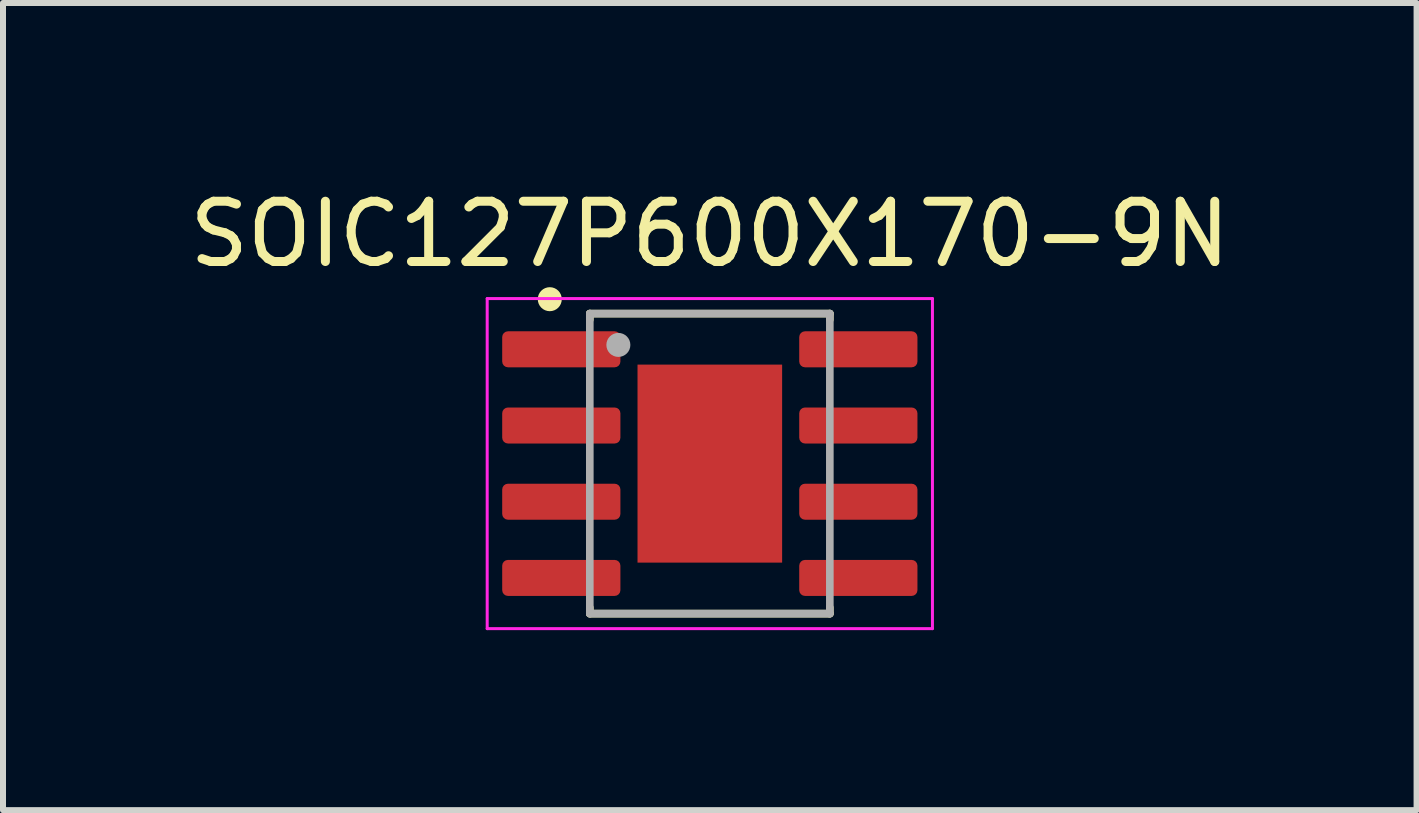
<source format=kicad_pcb>
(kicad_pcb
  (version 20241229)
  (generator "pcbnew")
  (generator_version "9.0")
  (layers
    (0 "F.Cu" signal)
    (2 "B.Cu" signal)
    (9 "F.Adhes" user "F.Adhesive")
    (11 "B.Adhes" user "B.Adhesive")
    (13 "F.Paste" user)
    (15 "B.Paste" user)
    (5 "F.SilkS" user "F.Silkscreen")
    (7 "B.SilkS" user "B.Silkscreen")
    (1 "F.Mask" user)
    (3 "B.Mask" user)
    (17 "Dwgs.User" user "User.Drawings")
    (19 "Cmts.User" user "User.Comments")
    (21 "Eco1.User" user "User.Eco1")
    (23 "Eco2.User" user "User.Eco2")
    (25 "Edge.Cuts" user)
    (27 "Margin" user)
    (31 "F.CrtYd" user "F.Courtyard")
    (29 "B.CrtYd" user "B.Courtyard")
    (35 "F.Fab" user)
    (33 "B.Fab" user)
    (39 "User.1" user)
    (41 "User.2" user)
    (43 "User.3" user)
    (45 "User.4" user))
  (footprint "SOIC127P600X170-9N"
    (layer "F.Cu")
    (at 8.779 4.676)
    (property "Reference" "SOIC127P600X170-9N" (at 0.00002 -3.825 0) (layer "F.SilkS") (effects (font (size 1.004 1.004) (thickness 0.15))))
    (attr smd)
    (fp_line (start -2 -2.5) (end -2 -2.4) (stroke (width 0.127) (type solid)) (layer "F.SilkS"))
    (fp_line (start -2 -2.5) (end 2 -2.5) (stroke (width 0.127) (type solid)) (layer "F.SilkS"))
    (fp_line (start -2 2.4) (end -2 2.5) (stroke (width 0.127) (type solid)) (layer "F.SilkS"))
    (fp_line (start -2 2.5) (end 2 2.5) (stroke (width 0.127) (type solid)) (layer "F.SilkS"))
    (fp_line (start 2 -2.5) (end 2 -2.4) (stroke (width 0.127) (type solid)) (layer "F.SilkS"))
    (fp_line (start 2 2.4) (end 2 2.5) (stroke (width 0.127) (type solid)) (layer "F.SilkS"))
    (fp_circle (center -2.667 -2.74) (end -2.567 -2.74) (stroke (width 0.2) (type solid)) (fill no) (layer "F.SilkS"))
    (fp_poly (pts (xy -0.937 0.135) (xy -0.135 0.135) (xy -0.135 1.378) (xy -0.937 1.378)) (stroke (width 0.01) (type solid)) (fill yes) (layer "F.Paste"))
    (fp_poly (pts (xy -0.937 -1.375) (xy -0.135 -1.375) (xy -0.135 -0.135) (xy -0.937 -0.135)) (stroke (width 0.01) (type solid)) (fill yes) (layer "F.Paste"))
    (fp_poly (pts (xy 0.135 0.135) (xy 0.935 0.135) (xy 0.935 1.377) (xy 0.135 1.377)) (stroke (width 0.01) (type solid)) (fill yes) (layer "F.Paste"))
    (fp_poly (pts (xy 0.135 -1.375) (xy 0.935 -1.375) (xy 0.935 -0.135) (xy 0.135 -0.135)) (stroke (width 0.01) (type solid)) (fill yes) (layer "F.Paste"))
    (fp_line (start -3.71 -2.75) (end 3.71 -2.75) (stroke (width 0.05) (type solid)) (layer "F.CrtYd"))
    (fp_line (start -3.71 2.75) (end -3.71 -2.75) (stroke (width 0.05) (type solid)) (layer "F.CrtYd"))
    (fp_line (start 3.71 -2.75) (end 3.71 2.75) (stroke (width 0.05) (type solid)) (layer "F.CrtYd"))
    (fp_line (start 3.71 2.75) (end -3.71 2.75) (stroke (width 0.05) (type solid)) (layer "F.CrtYd"))
    (fp_line (start -2 -2.5) (end 2 -2.5) (stroke (width 0.127) (type solid)) (layer "F.Fab"))
    (fp_line (start -2 2.5) (end -2 -2.5) (stroke (width 0.127) (type solid)) (layer "F.Fab"))
    (fp_line (start 2 -2.5) (end 2 2.5) (stroke (width 0.127) (type solid)) (layer "F.Fab"))
    (fp_line (start 2 2.5) (end -2 2.5) (stroke (width 0.127) (type solid)) (layer "F.Fab"))
    (fp_circle (center -1.524 -1.978) (end -1.424 -1.978) (stroke (width 0.2) (type solid)) (fill no) (layer "F.Fab"))
    (pad "1" smd roundrect (at -2.475 -1.905) (size 1.97 0.6) (layers "F.Cu" "F.Mask" "F.Paste") (roundrect_rratio 0.16))
    (pad "2" smd roundrect (at -2.475 -0.635) (size 1.97 0.6) (layers "F.Cu" "F.Mask" "F.Paste") (roundrect_rratio 0.16))
    (pad "3" smd roundrect (at -2.475 0.635) (size 1.97 0.6) (layers "F.Cu" "F.Mask" "F.Paste") (roundrect_rratio 0.16))
    (pad "4" smd roundrect (at -2.475 1.905) (size 1.97 0.6) (layers "F.Cu" "F.Mask" "F.Paste") (roundrect_rratio 0.16))
    (pad "5" smd roundrect (at 2.475 1.905) (size 1.97 0.6) (layers "F.Cu" "F.Mask" "F.Paste") (roundrect_rratio 0.16))
    (pad "6" smd roundrect (at 2.475 0.635) (size 1.97 0.6) (layers "F.Cu" "F.Mask" "F.Paste") (roundrect_rratio 0.16))
    (pad "7" smd roundrect (at 2.475 -0.635) (size 1.97 0.6) (layers "F.Cu" "F.Mask" "F.Paste") (roundrect_rratio 0.16))
    (pad "8" smd roundrect (at 2.475 -1.905) (size 1.97 0.6) (layers "F.Cu" "F.Mask" "F.Paste") (roundrect_rratio 0.16))
    (pad "9" smd rect (at 0 0) (size 2.41 3.3) (layers "F.Cu" "F.Mask")))
  (gr_rect
    (start -3 -3)
    (end 20.557 10.451)
    (stroke (width 0.1) (type default))
    (fill no)
    (layer "Edge.Cuts")))
</source>
